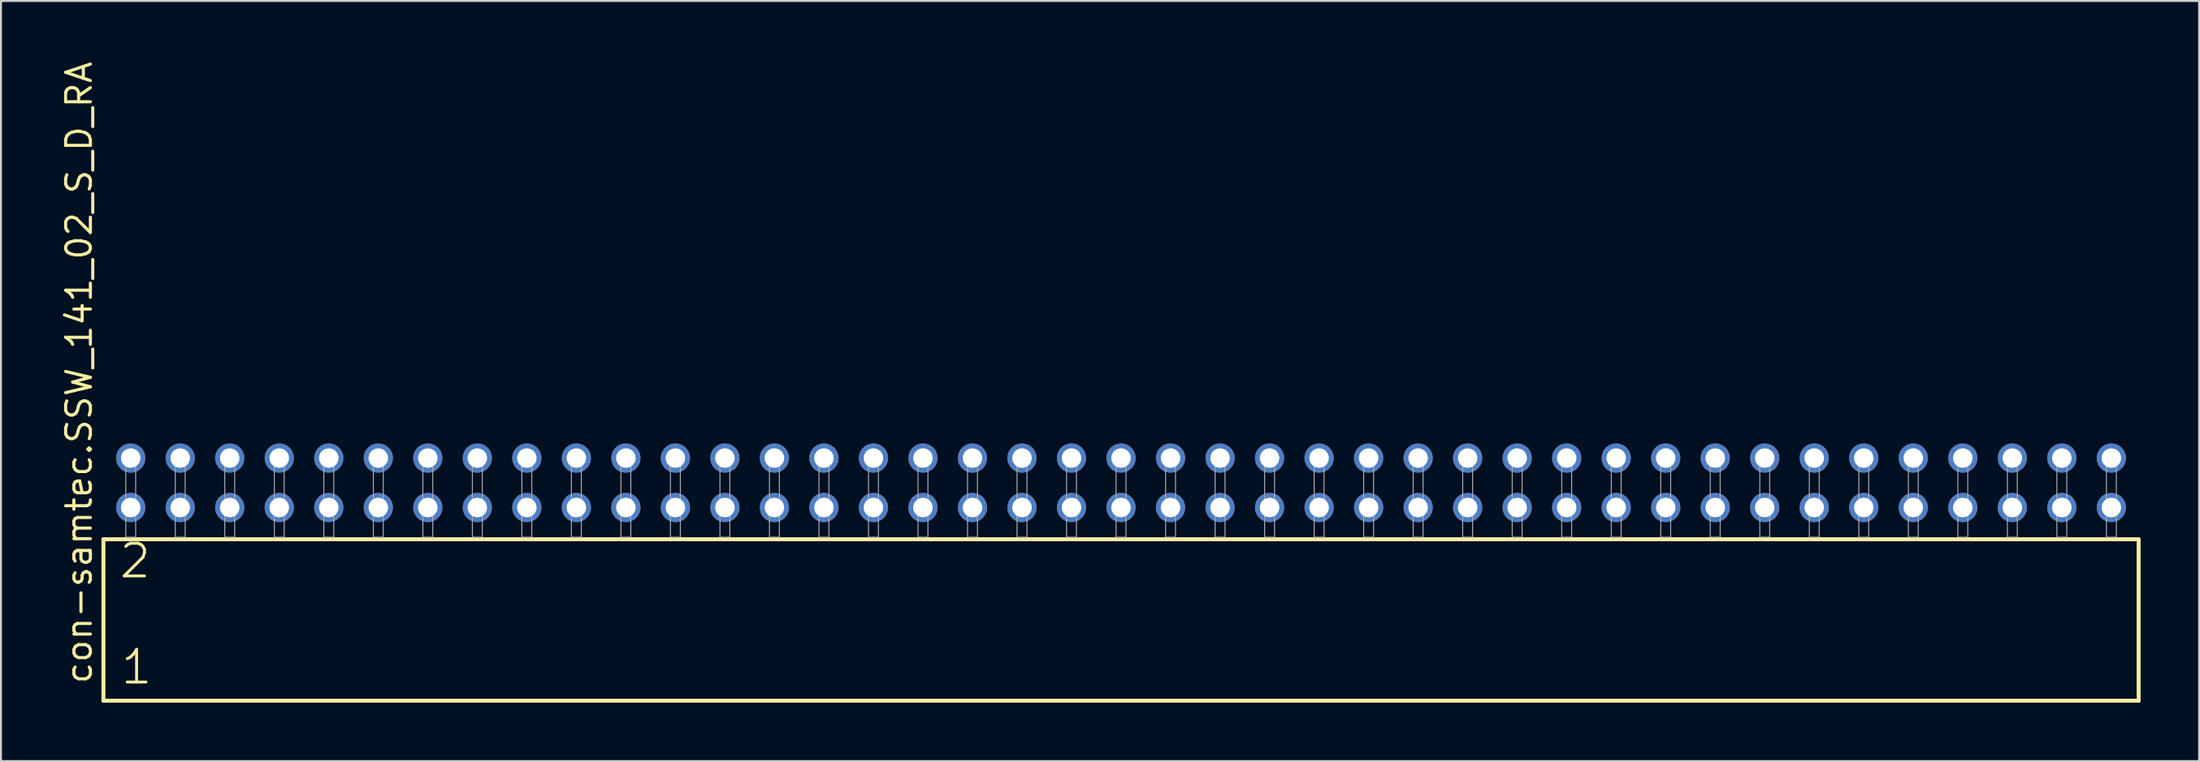
<source format=kicad_pcb>
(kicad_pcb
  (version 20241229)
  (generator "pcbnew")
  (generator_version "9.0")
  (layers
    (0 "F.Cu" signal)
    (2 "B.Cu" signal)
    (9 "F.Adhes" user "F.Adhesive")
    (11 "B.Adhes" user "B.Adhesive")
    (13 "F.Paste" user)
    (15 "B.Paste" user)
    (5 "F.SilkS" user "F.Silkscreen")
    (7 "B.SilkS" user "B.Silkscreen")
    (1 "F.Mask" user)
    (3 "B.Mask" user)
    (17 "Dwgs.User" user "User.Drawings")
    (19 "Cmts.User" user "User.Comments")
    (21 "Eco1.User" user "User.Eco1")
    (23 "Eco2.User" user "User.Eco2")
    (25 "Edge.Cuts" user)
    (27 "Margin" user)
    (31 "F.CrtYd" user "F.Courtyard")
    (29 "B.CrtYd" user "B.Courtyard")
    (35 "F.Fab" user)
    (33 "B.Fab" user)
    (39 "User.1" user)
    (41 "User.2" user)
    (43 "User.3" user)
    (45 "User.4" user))
  (footprint "con-samtec.SSW_141_02_S_D_RA"
    (layer "F.Cu")
    (at 54.455 24.537)
    (property "Reference" "con-samtec.SSW_141_02_S_D_RA" (at -52.705 7.62 90) (layer "F.SilkS") (effects (font (size 1.27 1.27) (thickness 0.16)) (justify left bottom)))
    (attr through_hole)
    (fp_line (start -52.199 0.106) (end -52.199 8.396) (stroke (width 0.203) (type default)) (layer "F.SilkS"))
    (fp_line (start -52.199 8.396) (end 52.199 8.396) (stroke (width 0.203) (type default)) (layer "F.SilkS"))
    (fp_line (start 52.199 0.106) (end -52.199 0.106) (stroke (width 0.203) (type default)) (layer "F.SilkS"))
    (fp_line (start 52.199 8.396) (end 52.199 0.106) (stroke (width 0.203) (type default)) (layer "F.SilkS"))
    (fp_rect (start -51.054 0) (end -50.546 -4.318) (stroke (width 0.05) (type default)) (fill no) (layer "F.Fab"))
    (fp_rect (start -48.514 0) (end -48.006 -4.318) (stroke (width 0.05) (type default)) (fill no) (layer "F.Fab"))
    (fp_rect (start -45.974 0) (end -45.466 -4.318) (stroke (width 0.05) (type default)) (fill no) (layer "F.Fab"))
    (fp_rect (start -43.434 0) (end -42.926 -4.318) (stroke (width 0.05) (type default)) (fill no) (layer "F.Fab"))
    (fp_rect (start -40.894 0) (end -40.386 -4.318) (stroke (width 0.05) (type default)) (fill no) (layer "F.Fab"))
    (fp_rect (start -38.354 0) (end -37.846 -4.318) (stroke (width 0.05) (type default)) (fill no) (layer "F.Fab"))
    (fp_rect (start -35.814 0) (end -35.306 -4.318) (stroke (width 0.05) (type default)) (fill no) (layer "F.Fab"))
    (fp_rect (start -33.274 0) (end -32.766 -4.318) (stroke (width 0.05) (type default)) (fill no) (layer "F.Fab"))
    (fp_rect (start -30.734 0) (end -30.226 -4.318) (stroke (width 0.05) (type default)) (fill no) (layer "F.Fab"))
    (fp_rect (start -28.194 0) (end -27.686 -4.318) (stroke (width 0.05) (type default)) (fill no) (layer "F.Fab"))
    (fp_rect (start -25.654 0) (end -25.146 -4.318) (stroke (width 0.05) (type default)) (fill no) (layer "F.Fab"))
    (fp_rect (start -23.114 0) (end -22.606 -4.318) (stroke (width 0.05) (type default)) (fill no) (layer "F.Fab"))
    (fp_rect (start -20.574 0) (end -20.066 -4.318) (stroke (width 0.05) (type default)) (fill no) (layer "F.Fab"))
    (fp_rect (start -18.034 0) (end -17.526 -4.318) (stroke (width 0.05) (type default)) (fill no) (layer "F.Fab"))
    (fp_rect (start -15.494 0) (end -14.986 -4.318) (stroke (width 0.05) (type default)) (fill no) (layer "F.Fab"))
    (fp_rect (start -12.954 0) (end -12.446 -4.318) (stroke (width 0.05) (type default)) (fill no) (layer "F.Fab"))
    (fp_rect (start -10.414 0) (end -9.906 -4.318) (stroke (width 0.05) (type default)) (fill no) (layer "F.Fab"))
    (fp_rect (start -7.874 0) (end -7.366 -4.318) (stroke (width 0.05) (type default)) (fill no) (layer "F.Fab"))
    (fp_rect (start -5.334 0) (end -4.826 -4.318) (stroke (width 0.05) (type default)) (fill no) (layer "F.Fab"))
    (fp_rect (start -2.794 0) (end -2.286 -4.318) (stroke (width 0.05) (type default)) (fill no) (layer "F.Fab"))
    (fp_rect (start -0.254 0) (end 0.254 -4.318) (stroke (width 0.05) (type default)) (fill no) (layer "F.Fab"))
    (fp_rect (start 2.286 0) (end 2.794 -4.318) (stroke (width 0.05) (type default)) (fill no) (layer "F.Fab"))
    (fp_rect (start 4.826 0) (end 5.334 -4.318) (stroke (width 0.05) (type default)) (fill no) (layer "F.Fab"))
    (fp_rect (start 7.366 0) (end 7.874 -4.318) (stroke (width 0.05) (type default)) (fill no) (layer "F.Fab"))
    (fp_rect (start 9.906 0) (end 10.414 -4.318) (stroke (width 0.05) (type default)) (fill no) (layer "F.Fab"))
    (fp_rect (start 12.446 0) (end 12.954 -4.318) (stroke (width 0.05) (type default)) (fill no) (layer "F.Fab"))
    (fp_rect (start 14.986 0) (end 15.494 -4.318) (stroke (width 0.05) (type default)) (fill no) (layer "F.Fab"))
    (fp_rect (start 17.526 0) (end 18.034 -4.318) (stroke (width 0.05) (type default)) (fill no) (layer "F.Fab"))
    (fp_rect (start 20.066 0) (end 20.574 -4.318) (stroke (width 0.05) (type default)) (fill no) (layer "F.Fab"))
    (fp_rect (start 22.606 0) (end 23.114 -4.318) (stroke (width 0.05) (type default)) (fill no) (layer "F.Fab"))
    (fp_rect (start 25.146 0) (end 25.654 -4.318) (stroke (width 0.05) (type default)) (fill no) (layer "F.Fab"))
    (fp_rect (start 27.686 0) (end 28.194 -4.318) (stroke (width 0.05) (type default)) (fill no) (layer "F.Fab"))
    (fp_rect (start 30.226 0) (end 30.734 -4.318) (stroke (width 0.05) (type default)) (fill no) (layer "F.Fab"))
    (fp_rect (start 32.766 0) (end 33.274 -4.318) (stroke (width 0.05) (type default)) (fill no) (layer "F.Fab"))
    (fp_rect (start 35.306 0) (end 35.814 -4.318) (stroke (width 0.05) (type default)) (fill no) (layer "F.Fab"))
    (fp_rect (start 37.846 0) (end 38.354 -4.318) (stroke (width 0.05) (type default)) (fill no) (layer "F.Fab"))
    (fp_rect (start 40.386 0) (end 40.894 -4.318) (stroke (width 0.05) (type default)) (fill no) (layer "F.Fab"))
    (fp_rect (start 42.926 0) (end 43.434 -4.318) (stroke (width 0.05) (type default)) (fill no) (layer "F.Fab"))
    (fp_rect (start 45.466 0) (end 45.974 -4.318) (stroke (width 0.05) (type default)) (fill no) (layer "F.Fab"))
    (fp_rect (start 48.006 0) (end 48.514 -4.318) (stroke (width 0.05) (type default)) (fill no) (layer "F.Fab"))
    (fp_rect (start 50.546 0) (end 51.054 -4.318) (stroke (width 0.05) (type default)) (fill no) (layer "F.Fab"))
    (fp_text user "2" (at -51.47 2.2 0) (layer "F.SilkS") (effects (font (size 1.676 1.676) (thickness 0.15)) (justify left bottom)))
    (fp_text user "1" (at -51.395 7.65 0) (layer "F.SilkS") (effects (font (size 1.676 1.676) (thickness 0.15)) (justify left bottom)))
    (pad "1" thru_hole circle (at -50.8 -1.524) (size 1.5 1.5) (drill 1) (layers "*.Cu" "*.Mask"))
    (pad "2" thru_hole circle (at -50.8 -4.064) (size 1.5 1.5) (drill 1) (layers "*.Cu" "*.Mask"))
    (pad "3" thru_hole circle (at -48.26 -1.524) (size 1.5 1.5) (drill 1) (layers "*.Cu" "*.Mask"))
    (pad "4" thru_hole circle (at -48.26 -4.064) (size 1.5 1.5) (drill 1) (layers "*.Cu" "*.Mask"))
    (pad "5" thru_hole circle (at -45.72 -1.524) (size 1.5 1.5) (drill 1) (layers "*.Cu" "*.Mask"))
    (pad "6" thru_hole circle (at -45.72 -4.064) (size 1.5 1.5) (drill 1) (layers "*.Cu" "*.Mask"))
    (pad "7" thru_hole circle (at -43.18 -1.524) (size 1.5 1.5) (drill 1) (layers "*.Cu" "*.Mask"))
    (pad "8" thru_hole circle (at -43.18 -4.064) (size 1.5 1.5) (drill 1) (layers "*.Cu" "*.Mask"))
    (pad "9" thru_hole circle (at -40.64 -1.524) (size 1.5 1.5) (drill 1) (layers "*.Cu" "*.Mask"))
    (pad "10" thru_hole circle (at -40.64 -4.064) (size 1.5 1.5) (drill 1) (layers "*.Cu" "*.Mask"))
    (pad "11" thru_hole circle (at -38.1 -1.524) (size 1.5 1.5) (drill 1) (layers "*.Cu" "*.Mask"))
    (pad "12" thru_hole circle (at -38.1 -4.064) (size 1.5 1.5) (drill 1) (layers "*.Cu" "*.Mask"))
    (pad "13" thru_hole circle (at -35.56 -1.524) (size 1.5 1.5) (drill 1) (layers "*.Cu" "*.Mask"))
    (pad "14" thru_hole circle (at -35.56 -4.064) (size 1.5 1.5) (drill 1) (layers "*.Cu" "*.Mask"))
    (pad "15" thru_hole circle (at -33.02 -1.524) (size 1.5 1.5) (drill 1) (layers "*.Cu" "*.Mask"))
    (pad "16" thru_hole circle (at -33.02 -4.064) (size 1.5 1.5) (drill 1) (layers "*.Cu" "*.Mask"))
    (pad "17" thru_hole circle (at -30.48 -1.524) (size 1.5 1.5) (drill 1) (layers "*.Cu" "*.Mask"))
    (pad "18" thru_hole circle (at -30.48 -4.064) (size 1.5 1.5) (drill 1) (layers "*.Cu" "*.Mask"))
    (pad "19" thru_hole circle (at -27.94 -1.524) (size 1.5 1.5) (drill 1) (layers "*.Cu" "*.Mask"))
    (pad "20" thru_hole circle (at -27.94 -4.064) (size 1.5 1.5) (drill 1) (layers "*.Cu" "*.Mask"))
    (pad "21" thru_hole circle (at -25.4 -1.524) (size 1.5 1.5) (drill 1) (layers "*.Cu" "*.Mask"))
    (pad "22" thru_hole circle (at -25.4 -4.064) (size 1.5 1.5) (drill 1) (layers "*.Cu" "*.Mask"))
    (pad "23" thru_hole circle (at -22.86 -1.524) (size 1.5 1.5) (drill 1) (layers "*.Cu" "*.Mask"))
    (pad "24" thru_hole circle (at -22.86 -4.064) (size 1.5 1.5) (drill 1) (layers "*.Cu" "*.Mask"))
    (pad "25" thru_hole circle (at -20.32 -1.524) (size 1.5 1.5) (drill 1) (layers "*.Cu" "*.Mask"))
    (pad "26" thru_hole circle (at -20.32 -4.064) (size 1.5 1.5) (drill 1) (layers "*.Cu" "*.Mask"))
    (pad "27" thru_hole circle (at -17.78 -1.524) (size 1.5 1.5) (drill 1) (layers "*.Cu" "*.Mask"))
    (pad "28" thru_hole circle (at -17.78 -4.064) (size 1.5 1.5) (drill 1) (layers "*.Cu" "*.Mask"))
    (pad "29" thru_hole circle (at -15.24 -1.524) (size 1.5 1.5) (drill 1) (layers "*.Cu" "*.Mask"))
    (pad "30" thru_hole circle (at -15.24 -4.064) (size 1.5 1.5) (drill 1) (layers "*.Cu" "*.Mask"))
    (pad "31" thru_hole circle (at -12.7 -1.524) (size 1.5 1.5) (drill 1) (layers "*.Cu" "*.Mask"))
    (pad "32" thru_hole circle (at -12.7 -4.064) (size 1.5 1.5) (drill 1) (layers "*.Cu" "*.Mask"))
    (pad "33" thru_hole circle (at -10.16 -1.524) (size 1.5 1.5) (drill 1) (layers "*.Cu" "*.Mask"))
    (pad "34" thru_hole circle (at -10.16 -4.064) (size 1.5 1.5) (drill 1) (layers "*.Cu" "*.Mask"))
    (pad "35" thru_hole circle (at -7.62 -1.524) (size 1.5 1.5) (drill 1) (layers "*.Cu" "*.Mask"))
    (pad "36" thru_hole circle (at -7.62 -4.064) (size 1.5 1.5) (drill 1) (layers "*.Cu" "*.Mask"))
    (pad "37" thru_hole circle (at -5.08 -1.524) (size 1.5 1.5) (drill 1) (layers "*.Cu" "*.Mask"))
    (pad "38" thru_hole circle (at -5.08 -4.064) (size 1.5 1.5) (drill 1) (layers "*.Cu" "*.Mask"))
    (pad "39" thru_hole circle (at -2.54 -1.524) (size 1.5 1.5) (drill 1) (layers "*.Cu" "*.Mask"))
    (pad "40" thru_hole circle (at -2.54 -4.064) (size 1.5 1.5) (drill 1) (layers "*.Cu" "*.Mask"))
    (pad "41" thru_hole circle (at 0 -1.524) (size 1.5 1.5) (drill 1) (layers "*.Cu" "*.Mask"))
    (pad "42" thru_hole circle (at 0 -4.064) (size 1.5 1.5) (drill 1) (layers "*.Cu" "*.Mask"))
    (pad "43" thru_hole circle (at 2.54 -1.524) (size 1.5 1.5) (drill 1) (layers "*.Cu" "*.Mask"))
    (pad "44" thru_hole circle (at 2.54 -4.064) (size 1.5 1.5) (drill 1) (layers "*.Cu" "*.Mask"))
    (pad "45" thru_hole circle (at 5.08 -1.524) (size 1.5 1.5) (drill 1) (layers "*.Cu" "*.Mask"))
    (pad "46" thru_hole circle (at 5.08 -4.064) (size 1.5 1.5) (drill 1) (layers "*.Cu" "*.Mask"))
    (pad "47" thru_hole circle (at 7.62 -1.524) (size 1.5 1.5) (drill 1) (layers "*.Cu" "*.Mask"))
    (pad "48" thru_hole circle (at 7.62 -4.064) (size 1.5 1.5) (drill 1) (layers "*.Cu" "*.Mask"))
    (pad "49" thru_hole circle (at 10.16 -1.524) (size 1.5 1.5) (drill 1) (layers "*.Cu" "*.Mask"))
    (pad "50" thru_hole circle (at 10.16 -4.064) (size 1.5 1.5) (drill 1) (layers "*.Cu" "*.Mask"))
    (pad "51" thru_hole circle (at 12.7 -1.524) (size 1.5 1.5) (drill 1) (layers "*.Cu" "*.Mask"))
    (pad "52" thru_hole circle (at 12.7 -4.064) (size 1.5 1.5) (drill 1) (layers "*.Cu" "*.Mask"))
    (pad "53" thru_hole circle (at 15.24 -1.524) (size 1.5 1.5) (drill 1) (layers "*.Cu" "*.Mask"))
    (pad "54" thru_hole circle (at 15.24 -4.064) (size 1.5 1.5) (drill 1) (layers "*.Cu" "*.Mask"))
    (pad "55" thru_hole circle (at 17.78 -1.524) (size 1.5 1.5) (drill 1) (layers "*.Cu" "*.Mask"))
    (pad "56" thru_hole circle (at 17.78 -4.064) (size 1.5 1.5) (drill 1) (layers "*.Cu" "*.Mask"))
    (pad "57" thru_hole circle (at 20.32 -1.524) (size 1.5 1.5) (drill 1) (layers "*.Cu" "*.Mask"))
    (pad "58" thru_hole circle (at 20.32 -4.064) (size 1.5 1.5) (drill 1) (layers "*.Cu" "*.Mask"))
    (pad "59" thru_hole circle (at 22.86 -1.524) (size 1.5 1.5) (drill 1) (layers "*.Cu" "*.Mask"))
    (pad "60" thru_hole circle (at 22.86 -4.064) (size 1.5 1.5) (drill 1) (layers "*.Cu" "*.Mask"))
    (pad "61" thru_hole circle (at 25.4 -1.524) (size 1.5 1.5) (drill 1) (layers "*.Cu" "*.Mask"))
    (pad "62" thru_hole circle (at 25.4 -4.064) (size 1.5 1.5) (drill 1) (layers "*.Cu" "*.Mask"))
    (pad "63" thru_hole circle (at 27.94 -1.524) (size 1.5 1.5) (drill 1) (layers "*.Cu" "*.Mask"))
    (pad "64" thru_hole circle (at 27.94 -4.064) (size 1.5 1.5) (drill 1) (layers "*.Cu" "*.Mask"))
    (pad "65" thru_hole circle (at 30.48 -1.524) (size 1.5 1.5) (drill 1) (layers "*.Cu" "*.Mask"))
    (pad "66" thru_hole circle (at 30.48 -4.064) (size 1.5 1.5) (drill 1) (layers "*.Cu" "*.Mask"))
    (pad "67" thru_hole circle (at 33.02 -1.524) (size 1.5 1.5) (drill 1) (layers "*.Cu" "*.Mask"))
    (pad "68" thru_hole circle (at 33.02 -4.064) (size 1.5 1.5) (drill 1) (layers "*.Cu" "*.Mask"))
    (pad "69" thru_hole circle (at 35.56 -1.524) (size 1.5 1.5) (drill 1) (layers "*.Cu" "*.Mask"))
    (pad "70" thru_hole circle (at 35.56 -4.064) (size 1.5 1.5) (drill 1) (layers "*.Cu" "*.Mask"))
    (pad "71" thru_hole circle (at 38.1 -1.524) (size 1.5 1.5) (drill 1) (layers "*.Cu" "*.Mask"))
    (pad "72" thru_hole circle (at 38.1 -4.064) (size 1.5 1.5) (drill 1) (layers "*.Cu" "*.Mask"))
    (pad "73" thru_hole circle (at 40.64 -1.524) (size 1.5 1.5) (drill 1) (layers "*.Cu" "*.Mask"))
    (pad "74" thru_hole circle (at 40.64 -4.064) (size 1.5 1.5) (drill 1) (layers "*.Cu" "*.Mask"))
    (pad "75" thru_hole circle (at 43.18 -1.524) (size 1.5 1.5) (drill 1) (layers "*.Cu" "*.Mask"))
    (pad "76" thru_hole circle (at 43.18 -4.064) (size 1.5 1.5) (drill 1) (layers "*.Cu" "*.Mask"))
    (pad "77" thru_hole circle (at 45.72 -1.524) (size 1.5 1.5) (drill 1) (layers "*.Cu" "*.Mask"))
    (pad "78" thru_hole circle (at 45.72 -4.064) (size 1.5 1.5) (drill 1) (layers "*.Cu" "*.Mask"))
    (pad "79" thru_hole circle (at 48.26 -1.524) (size 1.5 1.5) (drill 1) (layers "*.Cu" "*.Mask"))
    (pad "80" thru_hole circle (at 48.26 -4.064) (size 1.5 1.5) (drill 1) (layers "*.Cu" "*.Mask"))
    (pad "81" thru_hole circle (at 50.8 -1.524) (size 1.5 1.5) (drill 1) (layers "*.Cu" "*.Mask"))
    (pad "82" thru_hole circle (at 50.8 -4.064) (size 1.5 1.5) (drill 1) (layers "*.Cu" "*.Mask")))
  (gr_rect
    (start -3 -3)
    (end 109.756 36.035)
    (stroke (width 0.1) (type default))
    (fill no)
    (layer "Edge.Cuts")))
</source>
